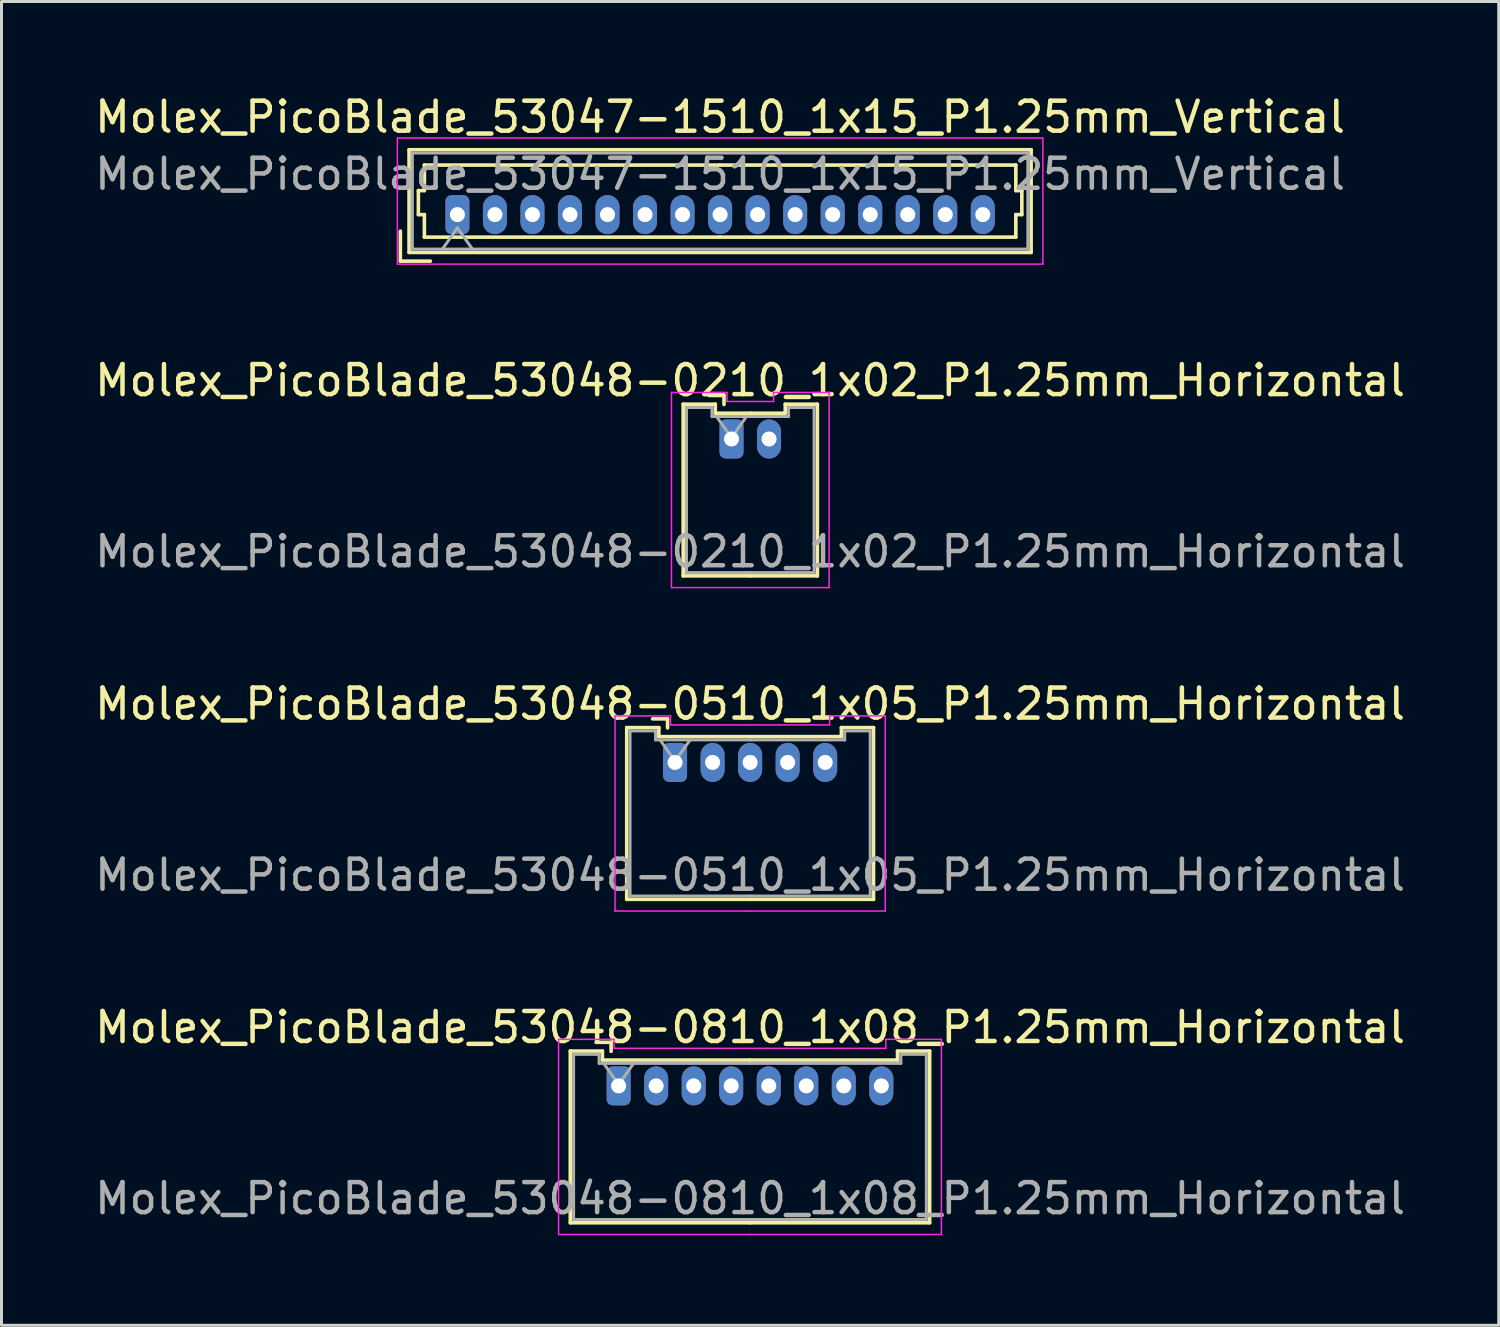
<source format=kicad_pcb>
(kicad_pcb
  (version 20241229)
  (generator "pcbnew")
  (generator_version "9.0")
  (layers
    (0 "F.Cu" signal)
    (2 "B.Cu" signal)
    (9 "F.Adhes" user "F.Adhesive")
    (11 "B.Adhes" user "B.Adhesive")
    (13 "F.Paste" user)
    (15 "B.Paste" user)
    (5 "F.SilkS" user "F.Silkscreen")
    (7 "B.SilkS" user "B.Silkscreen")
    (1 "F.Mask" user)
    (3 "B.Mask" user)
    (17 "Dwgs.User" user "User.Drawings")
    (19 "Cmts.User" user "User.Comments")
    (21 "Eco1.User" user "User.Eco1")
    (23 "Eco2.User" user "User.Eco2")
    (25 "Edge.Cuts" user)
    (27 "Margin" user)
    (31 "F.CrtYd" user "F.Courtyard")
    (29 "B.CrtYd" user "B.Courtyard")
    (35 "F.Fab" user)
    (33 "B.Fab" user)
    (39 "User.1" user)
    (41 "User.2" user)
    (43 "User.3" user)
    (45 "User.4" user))
  (footprint "Molex_PicoBlade_53048-0210_1x02_P1.25mm_Horizontal"
    (layer "F.Cu")
    (at 21.315 11.572)
    (property "Reference" "Molex_PicoBlade_53048-0210_1x02_P1.25mm_Horizontal" (at 0.62 -1.95 0) (layer "F.SilkS") (effects (font (size 1 1) (thickness 0.15))))
    (attr through_hole)
    (fp_line (start -1.61 -1.16) (end -1.61 4.56) (stroke (width 0.12) (type solid)) (layer "F.SilkS"))
    (fp_line (start -1.61 4.56) (end 0.625 4.56) (stroke (width 0.12) (type solid)) (layer "F.SilkS"))
    (fp_line (start -0.54 -1.16) (end -1.61 -1.16) (stroke (width 0.12) (type solid)) (layer "F.SilkS"))
    (fp_line (start -0.54 -0.86) (end -0.54 -1.16) (stroke (width 0.12) (type solid)) (layer "F.SilkS"))
    (fp_line (start -0.25 -1.45) (end -0.75 -1.45) (stroke (width 0.12) (type solid)) (layer "F.SilkS"))
    (fp_line (start -0.25 -1.15) (end -0.25 -1.45) (stroke (width 0.12) (type solid)) (layer "F.SilkS"))
    (fp_line (start 0.625 -0.86) (end -0.54 -0.86) (stroke (width 0.12) (type solid)) (layer "F.SilkS"))
    (fp_line (start 0.625 -0.86) (end 1.79 -0.86) (stroke (width 0.12) (type solid)) (layer "F.SilkS"))
    (fp_line (start 1.79 -1.16) (end 2.86 -1.16) (stroke (width 0.12) (type solid)) (layer "F.SilkS"))
    (fp_line (start 1.79 -0.86) (end 1.79 -1.16) (stroke (width 0.12) (type solid)) (layer "F.SilkS"))
    (fp_line (start 2.86 -1.16) (end 2.86 4.56) (stroke (width 0.12) (type solid)) (layer "F.SilkS"))
    (fp_line (start 2.86 4.56) (end 0.625 4.56) (stroke (width 0.12) (type solid)) (layer "F.SilkS"))
    (fp_line (start -2 -1.55) (end -2 4.95) (stroke (width 0.05) (type solid)) (layer "F.CrtYd"))
    (fp_line (start -2 4.95) (end 0.62 4.95) (stroke (width 0.05) (type solid)) (layer "F.CrtYd"))
    (fp_line (start -0.15 -1.55) (end -2 -1.55) (stroke (width 0.05) (type solid)) (layer "F.CrtYd"))
    (fp_line (start -0.15 -1.25) (end -0.15 -1.55) (stroke (width 0.05) (type solid)) (layer "F.CrtYd"))
    (fp_line (start 0.62 -1.25) (end -0.15 -1.25) (stroke (width 0.05) (type solid)) (layer "F.CrtYd"))
    (fp_line (start 0.63 -1.25) (end 1.4 -1.25) (stroke (width 0.05) (type solid)) (layer "F.CrtYd"))
    (fp_line (start 1.4 -1.55) (end 3.25 -1.55) (stroke (width 0.05) (type solid)) (layer "F.CrtYd"))
    (fp_line (start 1.4 -1.25) (end 1.4 -1.55) (stroke (width 0.05) (type solid)) (layer "F.CrtYd"))
    (fp_line (start 3.25 -1.55) (end 3.25 4.95) (stroke (width 0.05) (type solid)) (layer "F.CrtYd"))
    (fp_line (start 3.25 4.95) (end 0.63 4.95) (stroke (width 0.05) (type solid)) (layer "F.CrtYd"))
    (fp_line (start -1.5 -1.05) (end -1.5 4.45) (stroke (width 0.1) (type solid)) (layer "F.Fab"))
    (fp_line (start -1.5 4.45) (end 0.625 4.45) (stroke (width 0.1) (type solid)) (layer "F.Fab"))
    (fp_line (start -0.65 -1.05) (end -1.5 -1.05) (stroke (width 0.1) (type solid)) (layer "F.Fab"))
    (fp_line (start -0.65 -0.75) (end -0.65 -1.05) (stroke (width 0.1) (type solid)) (layer "F.Fab"))
    (fp_line (start -0.5 -0.75) (end 0 -0.043) (stroke (width 0.1) (type solid)) (layer "F.Fab"))
    (fp_line (start 0 -0.043) (end 0.5 -0.75) (stroke (width 0.1) (type solid)) (layer "F.Fab"))
    (fp_line (start 0.625 -0.75) (end -0.65 -0.75) (stroke (width 0.1) (type solid)) (layer "F.Fab"))
    (fp_line (start 0.625 -0.75) (end 1.9 -0.75) (stroke (width 0.1) (type solid)) (layer "F.Fab"))
    (fp_line (start 1.9 -1.05) (end 2.75 -1.05) (stroke (width 0.1) (type solid)) (layer "F.Fab"))
    (fp_line (start 1.9 -0.75) (end 1.9 -1.05) (stroke (width 0.1) (type solid)) (layer "F.Fab"))
    (fp_line (start 2.75 -1.05) (end 2.75 4.45) (stroke (width 0.1) (type solid)) (layer "F.Fab"))
    (fp_line (start 2.75 4.45) (end 0.625 4.45) (stroke (width 0.1) (type solid)) (layer "F.Fab"))
    (fp_text user "${REFERENCE}" (at 0.62 3.75 0) (layer "F.Fab") (effects (font (size 1 1) (thickness 0.15))))
    (pad "1" thru_hole roundrect (at 0 0) (size 0.8 1.3) (drill 0.5) (layers "*.Cu" "*.Mask") (roundrect_rratio 0.25))
    (pad "2" thru_hole oval (at 1.25 0) (size 0.8 1.3) (drill 0.5) (layers "*.Cu" "*.Mask")))
  (footprint "Molex_PicoBlade_53047-1510_1x15_P1.25mm_Vertical"
    (layer "F.Cu")
    (at 12.185 4.098)
    (property "Reference" "Molex_PicoBlade_53047-1510_1x15_P1.25mm_Vertical" (at 8.75 -3.25 0) (layer "F.SilkS") (effects (font (size 1 1) (thickness 0.15))))
    (attr through_hole)
    (fp_line (start -1.9 1.55) (end -1.9 0.55) (stroke (width 0.12) (type solid)) (layer "F.SilkS"))
    (fp_line (start -1.9 1.55) (end -0.9 1.55) (stroke (width 0.12) (type solid)) (layer "F.SilkS"))
    (fp_line (start -1.61 -2.16) (end -1.61 1.26) (stroke (width 0.12) (type solid)) (layer "F.SilkS"))
    (fp_line (start -1.61 1.26) (end 19.11 1.26) (stroke (width 0.12) (type solid)) (layer "F.SilkS"))
    (fp_line (start -1.3 -0.8) (end -1.1 -0.8) (stroke (width 0.12) (type solid)) (layer "F.SilkS"))
    (fp_line (start -1.3 0) (end -1.3 -0.8) (stroke (width 0.12) (type solid)) (layer "F.SilkS"))
    (fp_line (start -1.1 -1.65) (end 8.75 -1.65) (stroke (width 0.12) (type solid)) (layer "F.SilkS"))
    (fp_line (start -1.1 -0.8) (end -1.1 -1.65) (stroke (width 0.12) (type solid)) (layer "F.SilkS"))
    (fp_line (start -1.1 0) (end -1.3 0) (stroke (width 0.12) (type solid)) (layer "F.SilkS"))
    (fp_line (start -1.1 0.75) (end -1.1 0) (stroke (width 0.12) (type solid)) (layer "F.SilkS"))
    (fp_line (start 8.75 0.75) (end -1.1 0.75) (stroke (width 0.12) (type solid)) (layer "F.SilkS"))
    (fp_line (start 8.75 0.75) (end 18.6 0.75) (stroke (width 0.12) (type solid)) (layer "F.SilkS"))
    (fp_line (start 18.6 -1.65) (end 8.75 -1.65) (stroke (width 0.12) (type solid)) (layer "F.SilkS"))
    (fp_line (start 18.6 -0.8) (end 18.6 -1.65) (stroke (width 0.12) (type solid)) (layer "F.SilkS"))
    (fp_line (start 18.6 0) (end 18.8 0) (stroke (width 0.12) (type solid)) (layer "F.SilkS"))
    (fp_line (start 18.6 0.75) (end 18.6 0) (stroke (width 0.12) (type solid)) (layer "F.SilkS"))
    (fp_line (start 18.8 -0.8) (end 18.6 -0.8) (stroke (width 0.12) (type solid)) (layer "F.SilkS"))
    (fp_line (start 18.8 0) (end 18.8 -0.8) (stroke (width 0.12) (type solid)) (layer "F.SilkS"))
    (fp_line (start 19.11 -2.16) (end -1.61 -2.16) (stroke (width 0.12) (type solid)) (layer "F.SilkS"))
    (fp_line (start 19.11 1.26) (end 19.11 -2.16) (stroke (width 0.12) (type solid)) (layer "F.SilkS"))
    (fp_line (start -2 -2.55) (end -2 1.65) (stroke (width 0.05) (type solid)) (layer "F.CrtYd"))
    (fp_line (start -2 1.65) (end 19.5 1.65) (stroke (width 0.05) (type solid)) (layer "F.CrtYd"))
    (fp_line (start 19.5 -2.55) (end -2 -2.55) (stroke (width 0.05) (type solid)) (layer "F.CrtYd"))
    (fp_line (start 19.5 1.65) (end 19.5 -2.55) (stroke (width 0.05) (type solid)) (layer "F.CrtYd"))
    (fp_line (start -1.5 -2.05) (end -1.5 1.15) (stroke (width 0.1) (type solid)) (layer "F.Fab"))
    (fp_line (start -1.5 1.15) (end 19 1.15) (stroke (width 0.1) (type solid)) (layer "F.Fab"))
    (fp_line (start -0.5 1.15) (end 0 0.443) (stroke (width 0.1) (type solid)) (layer "F.Fab"))
    (fp_line (start 0 0.443) (end 0.5 1.15) (stroke (width 0.1) (type solid)) (layer "F.Fab"))
    (fp_line (start 19 -2.05) (end -1.5 -2.05) (stroke (width 0.1) (type solid)) (layer "F.Fab"))
    (fp_line (start 19 1.15) (end 19 -2.05) (stroke (width 0.1) (type solid)) (layer "F.Fab"))
    (fp_text user "${REFERENCE}" (at 8.75 -1.35 0) (layer "F.Fab") (effects (font (size 1 1) (thickness 0.15))))
    (pad "1" thru_hole roundrect (at 0 0) (size 0.8 1.3) (drill 0.5) (layers "*.Cu" "*.Mask") (roundrect_rratio 0.25))
    (pad "2" thru_hole oval (at 1.25 0) (size 0.8 1.3) (drill 0.5) (layers "*.Cu" "*.Mask"))
    (pad "3" thru_hole oval (at 2.5 0) (size 0.8 1.3) (drill 0.5) (layers "*.Cu" "*.Mask"))
    (pad "4" thru_hole oval (at 3.75 0) (size 0.8 1.3) (drill 0.5) (layers "*.Cu" "*.Mask"))
    (pad "5" thru_hole oval (at 5 0) (size 0.8 1.3) (drill 0.5) (layers "*.Cu" "*.Mask"))
    (pad "6" thru_hole oval (at 6.25 0) (size 0.8 1.3) (drill 0.5) (layers "*.Cu" "*.Mask"))
    (pad "7" thru_hole oval (at 7.5 0) (size 0.8 1.3) (drill 0.5) (layers "*.Cu" "*.Mask"))
    (pad "8" thru_hole oval (at 8.75 0) (size 0.8 1.3) (drill 0.5) (layers "*.Cu" "*.Mask"))
    (pad "9" thru_hole oval (at 10 0) (size 0.8 1.3) (drill 0.5) (layers "*.Cu" "*.Mask"))
    (pad "10" thru_hole oval (at 11.25 0) (size 0.8 1.3) (drill 0.5) (layers "*.Cu" "*.Mask"))
    (pad "11" thru_hole oval (at 12.5 0) (size 0.8 1.3) (drill 0.5) (layers "*.Cu" "*.Mask"))
    (pad "12" thru_hole oval (at 13.75 0) (size 0.8 1.3) (drill 0.5) (layers "*.Cu" "*.Mask"))
    (pad "13" thru_hole oval (at 15 0) (size 0.8 1.3) (drill 0.5) (layers "*.Cu" "*.Mask"))
    (pad "14" thru_hole oval (at 16.25 0) (size 0.8 1.3) (drill 0.5) (layers "*.Cu" "*.Mask"))
    (pad "15" thru_hole oval (at 17.5 0) (size 0.8 1.3) (drill 0.5) (layers "*.Cu" "*.Mask")))
  (footprint "Molex_PicoBlade_53048-0510_1x05_P1.25mm_Horizontal"
    (layer "F.Cu")
    (at 19.435 22.345)
    (property "Reference" "Molex_PicoBlade_53048-0510_1x05_P1.25mm_Horizontal" (at 2.5 -1.95 0) (layer "F.SilkS") (effects (font (size 1 1) (thickness 0.15))))
    (attr through_hole)
    (fp_line (start -1.61 -1.16) (end -1.61 4.56) (stroke (width 0.12) (type solid)) (layer "F.SilkS"))
    (fp_line (start -1.61 4.56) (end 2.5 4.56) (stroke (width 0.12) (type solid)) (layer "F.SilkS"))
    (fp_line (start -0.54 -1.16) (end -1.61 -1.16) (stroke (width 0.12) (type solid)) (layer "F.SilkS"))
    (fp_line (start -0.54 -0.86) (end -0.54 -1.16) (stroke (width 0.12) (type solid)) (layer "F.SilkS"))
    (fp_line (start -0.25 -1.45) (end -0.75 -1.45) (stroke (width 0.12) (type solid)) (layer "F.SilkS"))
    (fp_line (start -0.25 -1.15) (end -0.25 -1.45) (stroke (width 0.12) (type solid)) (layer "F.SilkS"))
    (fp_line (start 2.5 -0.86) (end -0.54 -0.86) (stroke (width 0.12) (type solid)) (layer "F.SilkS"))
    (fp_line (start 2.5 -0.86) (end 5.54 -0.86) (stroke (width 0.12) (type solid)) (layer "F.SilkS"))
    (fp_line (start 5.54 -1.16) (end 6.61 -1.16) (stroke (width 0.12) (type solid)) (layer "F.SilkS"))
    (fp_line (start 5.54 -0.86) (end 5.54 -1.16) (stroke (width 0.12) (type solid)) (layer "F.SilkS"))
    (fp_line (start 6.61 -1.16) (end 6.61 4.56) (stroke (width 0.12) (type solid)) (layer "F.SilkS"))
    (fp_line (start 6.61 4.56) (end 2.5 4.56) (stroke (width 0.12) (type solid)) (layer "F.SilkS"))
    (fp_line (start -2 -1.55) (end -2 4.95) (stroke (width 0.05) (type solid)) (layer "F.CrtYd"))
    (fp_line (start -2 4.95) (end 2.5 4.95) (stroke (width 0.05) (type solid)) (layer "F.CrtYd"))
    (fp_line (start -0.15 -1.55) (end -2 -1.55) (stroke (width 0.05) (type solid)) (layer "F.CrtYd"))
    (fp_line (start -0.15 -1.25) (end -0.15 -1.55) (stroke (width 0.05) (type solid)) (layer "F.CrtYd"))
    (fp_line (start 2.5 -1.25) (end -0.15 -1.25) (stroke (width 0.05) (type solid)) (layer "F.CrtYd"))
    (fp_line (start 2.5 -1.25) (end 5.15 -1.25) (stroke (width 0.05) (type solid)) (layer "F.CrtYd"))
    (fp_line (start 5.15 -1.55) (end 7 -1.55) (stroke (width 0.05) (type solid)) (layer "F.CrtYd"))
    (fp_line (start 5.15 -1.25) (end 5.15 -1.55) (stroke (width 0.05) (type solid)) (layer "F.CrtYd"))
    (fp_line (start 7 -1.55) (end 7 4.95) (stroke (width 0.05) (type solid)) (layer "F.CrtYd"))
    (fp_line (start 7 4.95) (end 2.5 4.95) (stroke (width 0.05) (type solid)) (layer "F.CrtYd"))
    (fp_line (start -1.5 -1.05) (end -1.5 4.45) (stroke (width 0.1) (type solid)) (layer "F.Fab"))
    (fp_line (start -1.5 4.45) (end 2.5 4.45) (stroke (width 0.1) (type solid)) (layer "F.Fab"))
    (fp_line (start -0.65 -1.05) (end -1.5 -1.05) (stroke (width 0.1) (type solid)) (layer "F.Fab"))
    (fp_line (start -0.65 -0.75) (end -0.65 -1.05) (stroke (width 0.1) (type solid)) (layer "F.Fab"))
    (fp_line (start -0.5 -0.75) (end 0 -0.043) (stroke (width 0.1) (type solid)) (layer "F.Fab"))
    (fp_line (start 0 -0.043) (end 0.5 -0.75) (stroke (width 0.1) (type solid)) (layer "F.Fab"))
    (fp_line (start 2.5 -0.75) (end -0.65 -0.75) (stroke (width 0.1) (type solid)) (layer "F.Fab"))
    (fp_line (start 2.5 -0.75) (end 5.65 -0.75) (stroke (width 0.1) (type solid)) (layer "F.Fab"))
    (fp_line (start 5.65 -1.05) (end 6.5 -1.05) (stroke (width 0.1) (type solid)) (layer "F.Fab"))
    (fp_line (start 5.65 -0.75) (end 5.65 -1.05) (stroke (width 0.1) (type solid)) (layer "F.Fab"))
    (fp_line (start 6.5 -1.05) (end 6.5 4.45) (stroke (width 0.1) (type solid)) (layer "F.Fab"))
    (fp_line (start 6.5 4.45) (end 2.5 4.45) (stroke (width 0.1) (type solid)) (layer "F.Fab"))
    (fp_text user "${REFERENCE}" (at 2.5 3.75 0) (layer "F.Fab") (effects (font (size 1 1) (thickness 0.15))))
    (pad "1" thru_hole roundrect (at 0 0) (size 0.8 1.3) (drill 0.5) (layers "*.Cu" "*.Mask") (roundrect_rratio 0.25))
    (pad "2" thru_hole oval (at 1.25 0) (size 0.8 1.3) (drill 0.5) (layers "*.Cu" "*.Mask"))
    (pad "3" thru_hole oval (at 2.5 0) (size 0.8 1.3) (drill 0.5) (layers "*.Cu" "*.Mask"))
    (pad "4" thru_hole oval (at 3.75 0) (size 0.8 1.3) (drill 0.5) (layers "*.Cu" "*.Mask"))
    (pad "5" thru_hole oval (at 5 0) (size 0.8 1.3) (drill 0.5) (layers "*.Cu" "*.Mask")))
  (footprint "Molex_PicoBlade_53048-0810_1x08_P1.25mm_Horizontal"
    (layer "F.Cu")
    (at 17.555 33.118)
    (property "Reference" "Molex_PicoBlade_53048-0810_1x08_P1.25mm_Horizontal" (at 4.38 -1.95 0) (layer "F.SilkS") (effects (font (size 1 1) (thickness 0.15))))
    (attr through_hole)
    (fp_line (start -1.61 -1.16) (end -1.61 4.56) (stroke (width 0.12) (type solid)) (layer "F.SilkS"))
    (fp_line (start -1.61 4.56) (end 4.375 4.56) (stroke (width 0.12) (type solid)) (layer "F.SilkS"))
    (fp_line (start -0.54 -1.16) (end -1.61 -1.16) (stroke (width 0.12) (type solid)) (layer "F.SilkS"))
    (fp_line (start -0.54 -0.86) (end -0.54 -1.16) (stroke (width 0.12) (type solid)) (layer "F.SilkS"))
    (fp_line (start -0.25 -1.45) (end -0.75 -1.45) (stroke (width 0.12) (type solid)) (layer "F.SilkS"))
    (fp_line (start -0.25 -1.15) (end -0.25 -1.45) (stroke (width 0.12) (type solid)) (layer "F.SilkS"))
    (fp_line (start 4.375 -0.86) (end -0.54 -0.86) (stroke (width 0.12) (type solid)) (layer "F.SilkS"))
    (fp_line (start 4.375 -0.86) (end 9.29 -0.86) (stroke (width 0.12) (type solid)) (layer "F.SilkS"))
    (fp_line (start 9.29 -1.16) (end 10.36 -1.16) (stroke (width 0.12) (type solid)) (layer "F.SilkS"))
    (fp_line (start 9.29 -0.86) (end 9.29 -1.16) (stroke (width 0.12) (type solid)) (layer "F.SilkS"))
    (fp_line (start 10.36 -1.16) (end 10.36 4.56) (stroke (width 0.12) (type solid)) (layer "F.SilkS"))
    (fp_line (start 10.36 4.56) (end 4.375 4.56) (stroke (width 0.12) (type solid)) (layer "F.SilkS"))
    (fp_line (start -2 -1.55) (end -2 4.95) (stroke (width 0.05) (type solid)) (layer "F.CrtYd"))
    (fp_line (start -2 4.95) (end 4.38 4.95) (stroke (width 0.05) (type solid)) (layer "F.CrtYd"))
    (fp_line (start -0.15 -1.55) (end -2 -1.55) (stroke (width 0.05) (type solid)) (layer "F.CrtYd"))
    (fp_line (start -0.15 -1.25) (end -0.15 -1.55) (stroke (width 0.05) (type solid)) (layer "F.CrtYd"))
    (fp_line (start 4.37 -1.25) (end 8.9 -1.25) (stroke (width 0.05) (type solid)) (layer "F.CrtYd"))
    (fp_line (start 4.38 -1.25) (end -0.15 -1.25) (stroke (width 0.05) (type solid)) (layer "F.CrtYd"))
    (fp_line (start 8.9 -1.55) (end 10.75 -1.55) (stroke (width 0.05) (type solid)) (layer "F.CrtYd"))
    (fp_line (start 8.9 -1.25) (end 8.9 -1.55) (stroke (width 0.05) (type solid)) (layer "F.CrtYd"))
    (fp_line (start 10.75 -1.55) (end 10.75 4.95) (stroke (width 0.05) (type solid)) (layer "F.CrtYd"))
    (fp_line (start 10.75 4.95) (end 4.37 4.95) (stroke (width 0.05) (type solid)) (layer "F.CrtYd"))
    (fp_line (start -1.5 -1.05) (end -1.5 4.45) (stroke (width 0.1) (type solid)) (layer "F.Fab"))
    (fp_line (start -1.5 4.45) (end 4.375 4.45) (stroke (width 0.1) (type solid)) (layer "F.Fab"))
    (fp_line (start -0.65 -1.05) (end -1.5 -1.05) (stroke (width 0.1) (type solid)) (layer "F.Fab"))
    (fp_line (start -0.65 -0.75) (end -0.65 -1.05) (stroke (width 0.1) (type solid)) (layer "F.Fab"))
    (fp_line (start -0.5 -0.75) (end 0 -0.043) (stroke (width 0.1) (type solid)) (layer "F.Fab"))
    (fp_line (start 0 -0.043) (end 0.5 -0.75) (stroke (width 0.1) (type solid)) (layer "F.Fab"))
    (fp_line (start 4.375 -0.75) (end -0.65 -0.75) (stroke (width 0.1) (type solid)) (layer "F.Fab"))
    (fp_line (start 4.375 -0.75) (end 9.4 -0.75) (stroke (width 0.1) (type solid)) (layer "F.Fab"))
    (fp_line (start 9.4 -1.05) (end 10.25 -1.05) (stroke (width 0.1) (type solid)) (layer "F.Fab"))
    (fp_line (start 9.4 -0.75) (end 9.4 -1.05) (stroke (width 0.1) (type solid)) (layer "F.Fab"))
    (fp_line (start 10.25 -1.05) (end 10.25 4.45) (stroke (width 0.1) (type solid)) (layer "F.Fab"))
    (fp_line (start 10.25 4.45) (end 4.375 4.45) (stroke (width 0.1) (type solid)) (layer "F.Fab"))
    (fp_text user "${REFERENCE}" (at 4.38 3.75 0) (layer "F.Fab") (effects (font (size 1 1) (thickness 0.15))))
    (pad "1" thru_hole roundrect (at 0 0) (size 0.8 1.3) (drill 0.5) (layers "*.Cu" "*.Mask") (roundrect_rratio 0.25))
    (pad "2" thru_hole oval (at 1.25 0) (size 0.8 1.3) (drill 0.5) (layers "*.Cu" "*.Mask"))
    (pad "3" thru_hole oval (at 2.5 0) (size 0.8 1.3) (drill 0.5) (layers "*.Cu" "*.Mask"))
    (pad "4" thru_hole oval (at 3.75 0) (size 0.8 1.3) (drill 0.5) (layers "*.Cu" "*.Mask"))
    (pad "5" thru_hole oval (at 5 0) (size 0.8 1.3) (drill 0.5) (layers "*.Cu" "*.Mask"))
    (pad "6" thru_hole oval (at 6.25 0) (size 0.8 1.3) (drill 0.5) (layers "*.Cu" "*.Mask"))
    (pad "7" thru_hole oval (at 7.5 0) (size 0.8 1.3) (drill 0.5) (layers "*.Cu" "*.Mask"))
    (pad "8" thru_hole oval (at 8.75 0) (size 0.8 1.3) (drill 0.5) (layers "*.Cu" "*.Mask")))
  (gr_rect
    (start -3 -3)
    (end 46.869 41.093)
    (stroke (width 0.1) (type default))
    (fill no)
    (layer "Edge.Cuts")))
</source>
